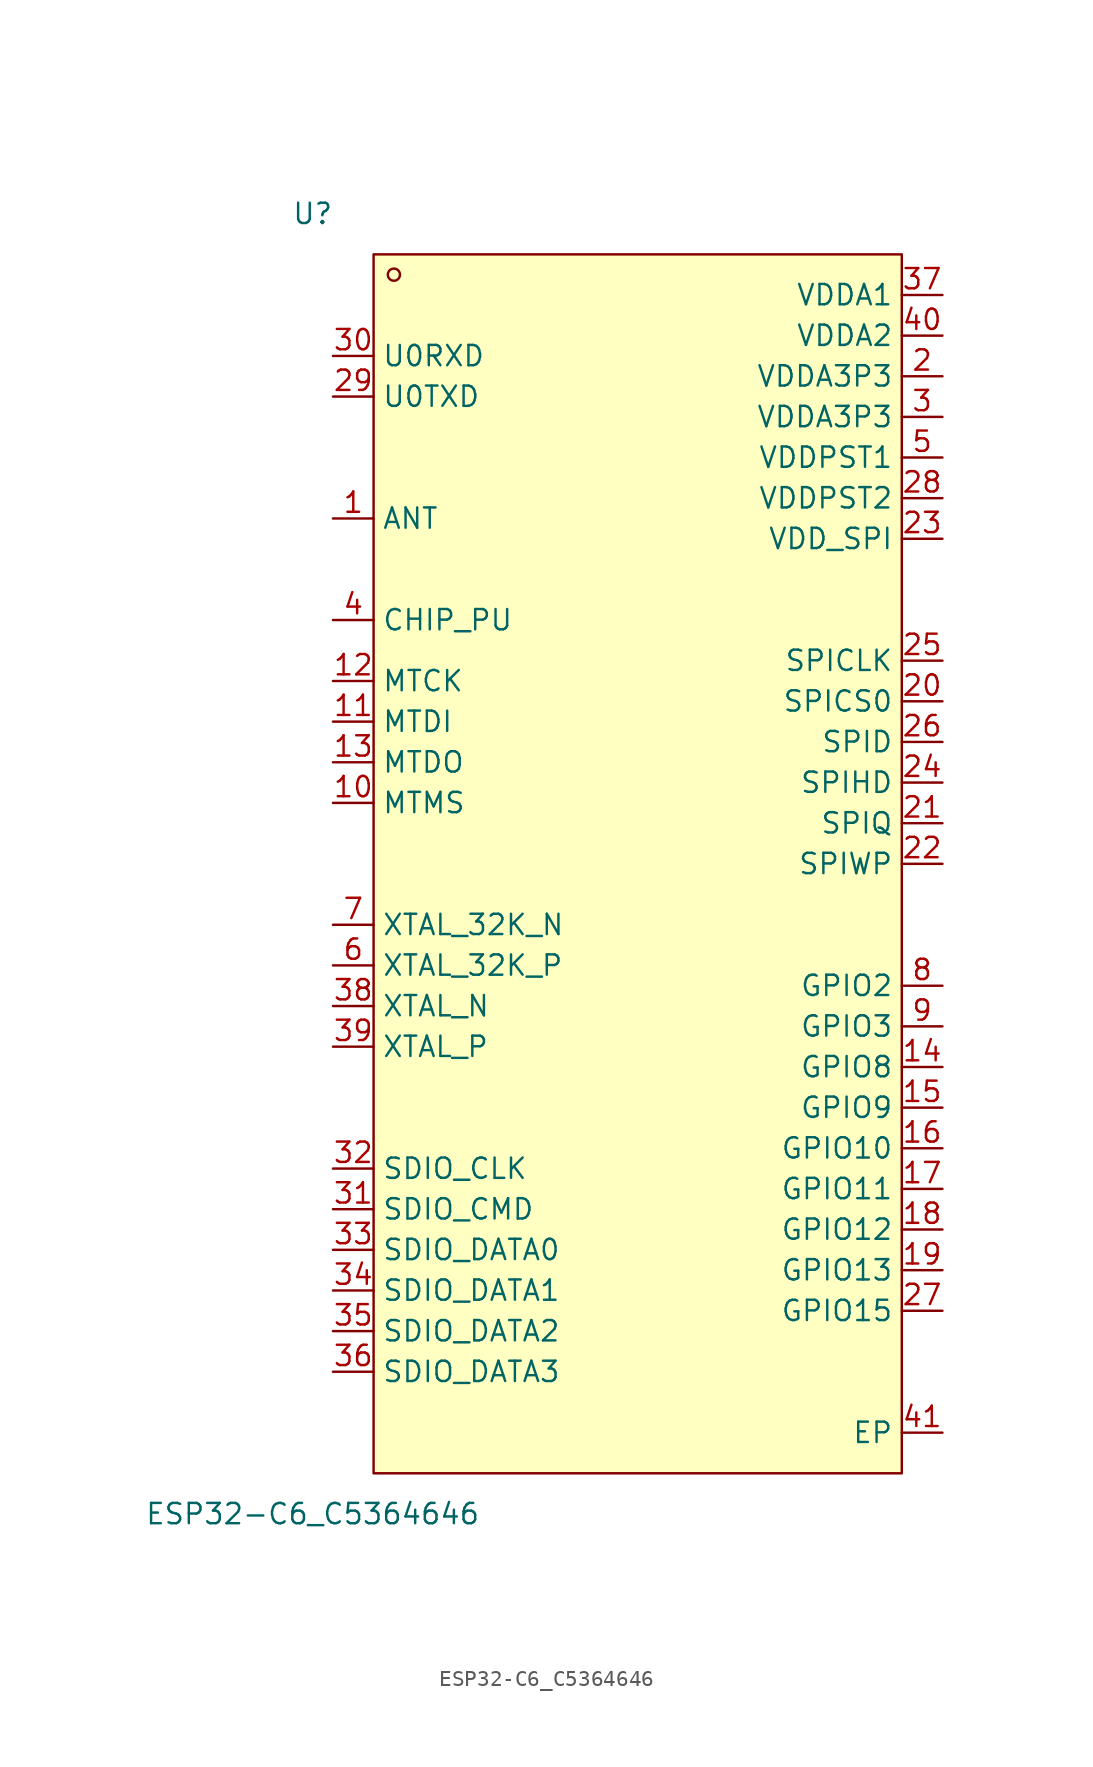
<source format=kicad_sym>
(kicad_symbol_lib
  (version 20211014)
  (generator https://github.com/uPesy/easyeda2kicad.py)
  (symbol "ESP32-C6_C5364646"
    (property "Reference" "U"
      (at 0 2.54 0)
      (effects (font (size 1.27 1.27))))
    (property "Value" "ESP32-C6_C5364646"
      (at 0 -78.74 0)
      (effects (font (size 1.27 1.27))))
    (symbol "ESP32-C6_C5364646_0_1"
      (rectangle (start 3.81 -0.00) (end 36.83 -76.20) (stroke (width 0) (type default) (color 0 0 0 0)) (fill (type background)))
      (circle (center 5.08 -1.27) (radius 0.38) (stroke (width 0) (type default) (color 0 0 0 0)) (fill (type none)))
      (pin unspecified line (at 1.27 -6.35 0) (length 2.54) (name "U0RXD" (effects (font (size 1.27 1.27)))) (number "30" (effects (font (size 1.27 1.27)))))
      (pin unspecified line (at 1.27 -8.89 0) (length 2.54) (name "U0TXD" (effects (font (size 1.27 1.27)))) (number "29" (effects (font (size 1.27 1.27)))))
      (pin unspecified line (at 1.27 -16.51 0) (length 2.54) (name "ANT" (effects (font (size 1.27 1.27)))) (number "1" (effects (font (size 1.27 1.27)))))
      (pin unspecified line (at 1.27 -22.86 0) (length 2.54) (name "CHIP_PU" (effects (font (size 1.27 1.27)))) (number "4" (effects (font (size 1.27 1.27)))))
      (pin unspecified line (at 1.27 -26.67 0) (length 2.54) (name "MTCK" (effects (font (size 1.27 1.27)))) (number "12" (effects (font (size 1.27 1.27)))))
      (pin unspecified line (at 1.27 -29.21 0) (length 2.54) (name "MTDI" (effects (font (size 1.27 1.27)))) (number "11" (effects (font (size 1.27 1.27)))))
      (pin unspecified line (at 1.27 -31.75 0) (length 2.54) (name "MTDO" (effects (font (size 1.27 1.27)))) (number "13" (effects (font (size 1.27 1.27)))))
      (pin unspecified line (at 1.27 -34.29 0) (length 2.54) (name "MTMS" (effects (font (size 1.27 1.27)))) (number "10" (effects (font (size 1.27 1.27)))))
      (pin unspecified line (at 1.27 -41.91 0) (length 2.54) (name "XTAL_32K_N" (effects (font (size 1.27 1.27)))) (number "7" (effects (font (size 1.27 1.27)))))
      (pin unspecified line (at 1.27 -44.45 0) (length 2.54) (name "XTAL_32K_P" (effects (font (size 1.27 1.27)))) (number "6" (effects (font (size 1.27 1.27)))))
      (pin unspecified line (at 1.27 -46.99 0) (length 2.54) (name "XTAL_N" (effects (font (size 1.27 1.27)))) (number "38" (effects (font (size 1.27 1.27)))))
      (pin unspecified line (at 1.27 -49.53 0) (length 2.54) (name "XTAL_P" (effects (font (size 1.27 1.27)))) (number "39" (effects (font (size 1.27 1.27)))))
      (pin unspecified line (at 1.27 -57.15 0) (length 2.54) (name "SDIO_CLK" (effects (font (size 1.27 1.27)))) (number "32" (effects (font (size 1.27 1.27)))))
      (pin unspecified line (at 1.27 -59.69 0) (length 2.54) (name "SDIO_CMD" (effects (font (size 1.27 1.27)))) (number "31" (effects (font (size 1.27 1.27)))))
      (pin unspecified line (at 1.27 -62.23 0) (length 2.54) (name "SDIO_DATA0" (effects (font (size 1.27 1.27)))) (number "33" (effects (font (size 1.27 1.27)))))
      (pin unspecified line (at 1.27 -64.77 0) (length 2.54) (name "SDIO_DATA1" (effects (font (size 1.27 1.27)))) (number "34" (effects (font (size 1.27 1.27)))))
      (pin unspecified line (at 1.27 -67.31 0) (length 2.54) (name "SDIO_DATA2" (effects (font (size 1.27 1.27)))) (number "35" (effects (font (size 1.27 1.27)))))
      (pin unspecified line (at 1.27 -69.85 0) (length 2.54) (name "SDIO_DATA3" (effects (font (size 1.27 1.27)))) (number "36" (effects (font (size 1.27 1.27)))))
      (pin unspecified line (at 39.37 -73.66 180) (length 2.54) (name "EP" (effects (font (size 1.27 1.27)))) (number "41" (effects (font (size 1.27 1.27)))))
      (pin unspecified line (at 39.37 -66.04 180) (length 2.54) (name "GPIO15" (effects (font (size 1.27 1.27)))) (number "27" (effects (font (size 1.27 1.27)))))
      (pin unspecified line (at 39.37 -63.50 180) (length 2.54) (name "GPIO13" (effects (font (size 1.27 1.27)))) (number "19" (effects (font (size 1.27 1.27)))))
      (pin unspecified line (at 39.37 -60.96 180) (length 2.54) (name "GPIO12" (effects (font (size 1.27 1.27)))) (number "18" (effects (font (size 1.27 1.27)))))
      (pin unspecified line (at 39.37 -58.42 180) (length 2.54) (name "GPIO11" (effects (font (size 1.27 1.27)))) (number "17" (effects (font (size 1.27 1.27)))))
      (pin unspecified line (at 39.37 -55.88 180) (length 2.54) (name "GPIO10" (effects (font (size 1.27 1.27)))) (number "16" (effects (font (size 1.27 1.27)))))
      (pin unspecified line (at 39.37 -53.34 180) (length 2.54) (name "GPIO9" (effects (font (size 1.27 1.27)))) (number "15" (effects (font (size 1.27 1.27)))))
      (pin unspecified line (at 39.37 -50.80 180) (length 2.54) (name "GPIO8" (effects (font (size 1.27 1.27)))) (number "14" (effects (font (size 1.27 1.27)))))
      (pin unspecified line (at 39.37 -48.26 180) (length 2.54) (name "GPIO3" (effects (font (size 1.27 1.27)))) (number "9" (effects (font (size 1.27 1.27)))))
      (pin unspecified line (at 39.37 -45.72 180) (length 2.54) (name "GPIO2" (effects (font (size 1.27 1.27)))) (number "8" (effects (font (size 1.27 1.27)))))
      (pin unspecified line (at 39.37 -38.10 180) (length 2.54) (name "SPIWP" (effects (font (size 1.27 1.27)))) (number "22" (effects (font (size 1.27 1.27)))))
      (pin unspecified line (at 39.37 -35.56 180) (length 2.54) (name "SPIQ" (effects (font (size 1.27 1.27)))) (number "21" (effects (font (size 1.27 1.27)))))
      (pin unspecified line (at 39.37 -33.02 180) (length 2.54) (name "SPIHD" (effects (font (size 1.27 1.27)))) (number "24" (effects (font (size 1.27 1.27)))))
      (pin unspecified line (at 39.37 -30.48 180) (length 2.54) (name "SPID" (effects (font (size 1.27 1.27)))) (number "26" (effects (font (size 1.27 1.27)))))
      (pin unspecified line (at 39.37 -27.94 180) (length 2.54) (name "SPICS0" (effects (font (size 1.27 1.27)))) (number "20" (effects (font (size 1.27 1.27)))))
      (pin unspecified line (at 39.37 -25.40 180) (length 2.54) (name "SPICLK" (effects (font (size 1.27 1.27)))) (number "25" (effects (font (size 1.27 1.27)))))
      (pin unspecified line (at 39.37 -17.78 180) (length 2.54) (name "VDD_SPI" (effects (font (size 1.27 1.27)))) (number "23" (effects (font (size 1.27 1.27)))))
      (pin unspecified line (at 39.37 -15.24 180) (length 2.54) (name "VDDPST2" (effects (font (size 1.27 1.27)))) (number "28" (effects (font (size 1.27 1.27)))))
      (pin unspecified line (at 39.37 -12.70 180) (length 2.54) (name "VDDPST1" (effects (font (size 1.27 1.27)))) (number "5" (effects (font (size 1.27 1.27)))))
      (pin unspecified line (at 39.37 -10.16 180) (length 2.54) (name "VDDA3P3" (effects (font (size 1.27 1.27)))) (number "3" (effects (font (size 1.27 1.27)))))
      (pin unspecified line (at 39.37 -7.62 180) (length 2.54) (name "VDDA3P3" (effects (font (size 1.27 1.27)))) (number "2" (effects (font (size 1.27 1.27)))))
      (pin unspecified line (at 39.37 -5.08 180) (length 2.54) (name "VDDA2" (effects (font (size 1.27 1.27)))) (number "40" (effects (font (size 1.27 1.27)))))
      (pin unspecified line (at 39.37 -2.54 180) (length 2.54) (name "VDDA1" (effects (font (size 1.27 1.27)))) (number "37" (effects (font (size 1.27 1.27))))))))
</source>
